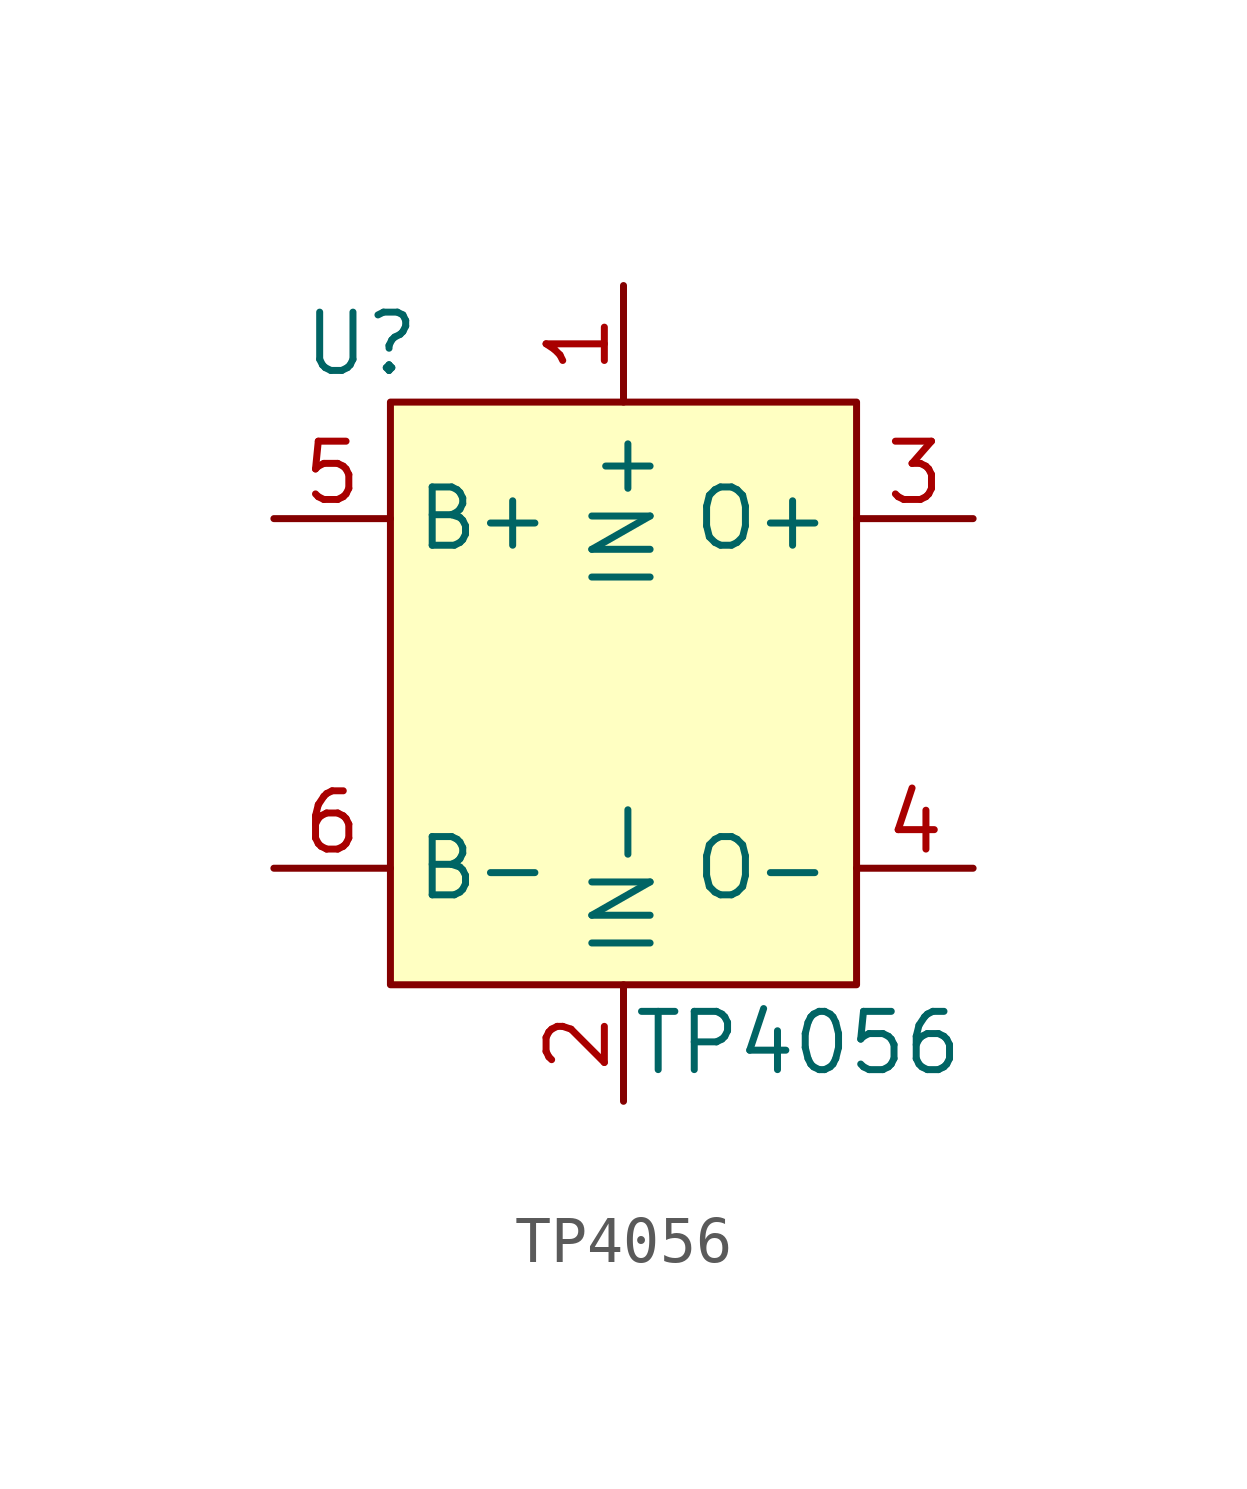
<source format=kicad_sym>
(kicad_symbol_lib
  (version 20211014)
  (generator kicad_symbol_editor)
  (symbol "TP4056"
    (property "Reference" "U"
      (at -5.715 7.62 0)
      (effects (font (size 1.27 1.27))))
    (property "Value" "TP4056"
      (at 3.81 -7.62 0)
      (effects (font (size 1.27 1.27))))
    (symbol "TP4056_0_1"
      (rectangle (start -5.08 6.35) (end 5.08 -6.35) (stroke (width 0) (type default) (color 0 0 0 0)) (fill (type background))))
    (symbol "TP4056_1_1"
      (pin power_in line (at 0 8.89 270) (length 2.54) (name "IN+" (effects (font (size 1.27 1.27)))) (number "1" (effects (font (size 1.27 1.27)))))
      (pin power_in line (at 0 -8.89 90) (length 2.54) (name "IN-" (effects (font (size 1.27 1.27)))) (number "2" (effects (font (size 1.27 1.27)))))
      (pin power_out line (at 7.62 3.81 180) (length 2.54) (name "O+" (effects (font (size 1.27 1.27)))) (number "3" (effects (font (size 1.27 1.27)))))
      (pin power_out line (at 7.62 -3.81 180) (length 2.54) (name "O-" (effects (font (size 1.27 1.27)))) (number "4" (effects (font (size 1.27 1.27)))))
      (pin power_in line (at -7.62 3.81 0) (length 2.54) (name "B+" (effects (font (size 1.27 1.27)))) (number "5" (effects (font (size 1.27 1.27)))))
      (pin power_in line (at -7.62 -3.81 0) (length 2.54) (name "B-" (effects (font (size 1.27 1.27)))) (number "6" (effects (font (size 1.27 1.27))))))))
</source>
